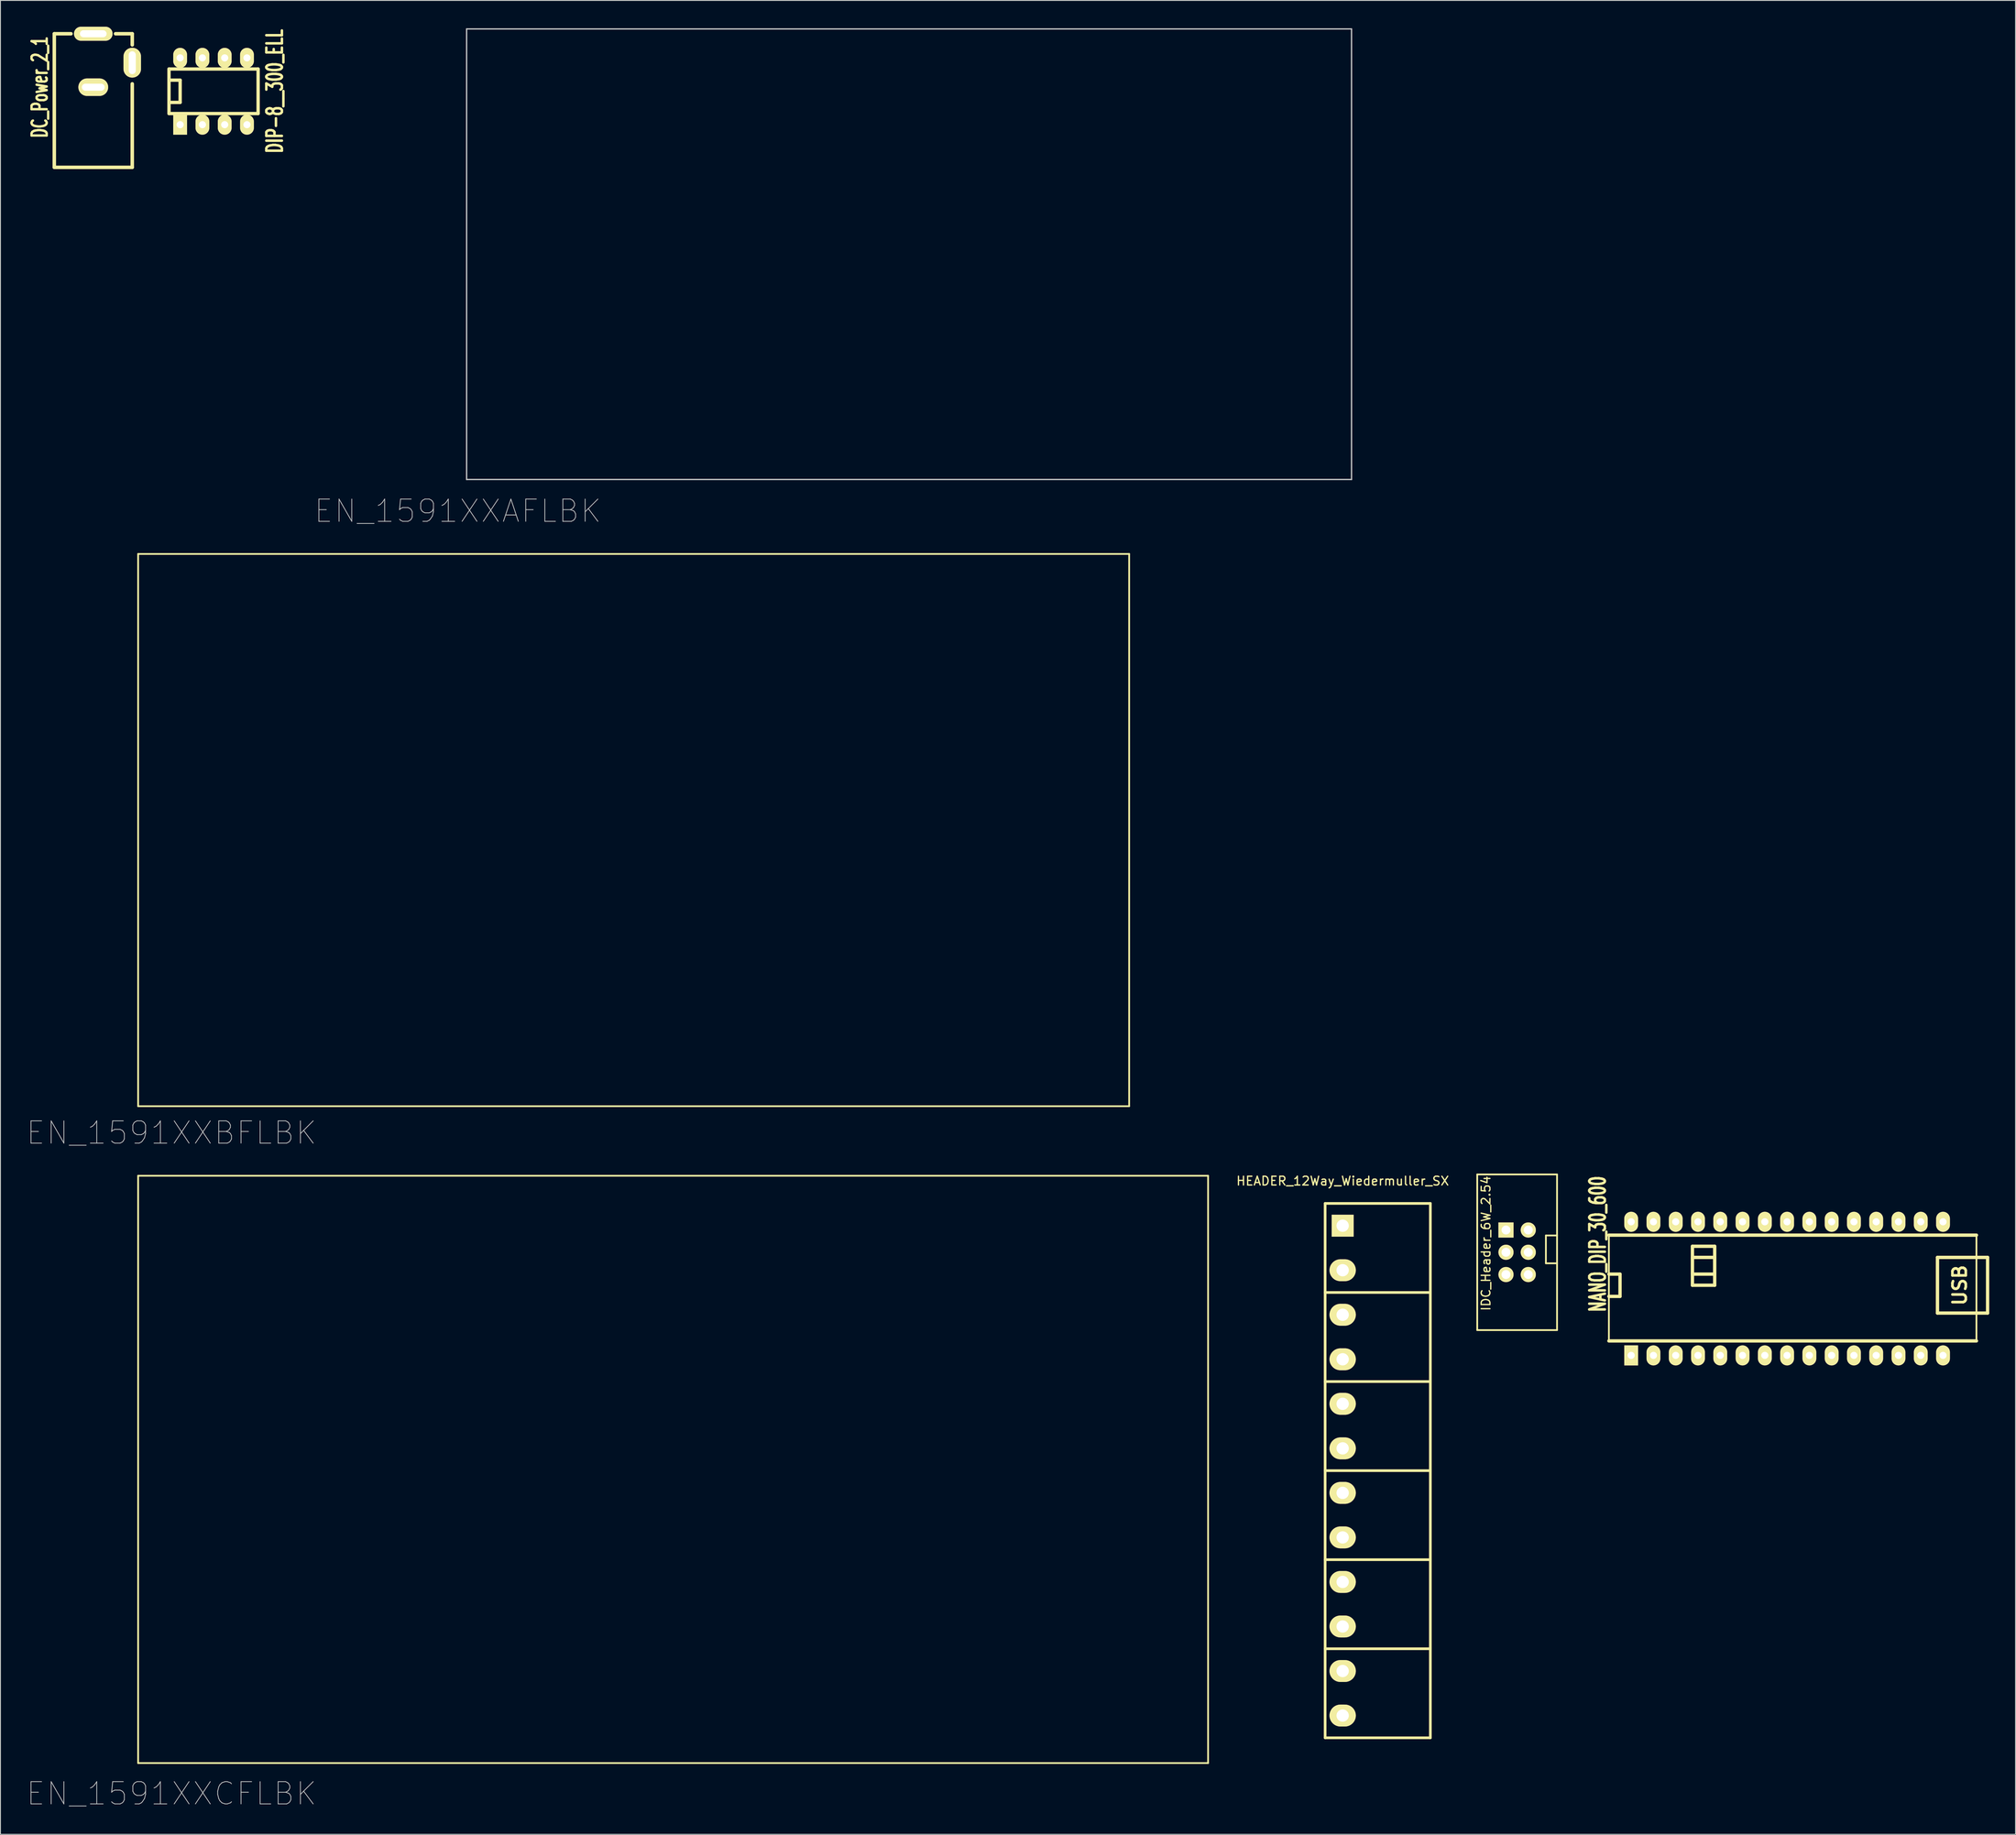
<source format=kicad_pcb>
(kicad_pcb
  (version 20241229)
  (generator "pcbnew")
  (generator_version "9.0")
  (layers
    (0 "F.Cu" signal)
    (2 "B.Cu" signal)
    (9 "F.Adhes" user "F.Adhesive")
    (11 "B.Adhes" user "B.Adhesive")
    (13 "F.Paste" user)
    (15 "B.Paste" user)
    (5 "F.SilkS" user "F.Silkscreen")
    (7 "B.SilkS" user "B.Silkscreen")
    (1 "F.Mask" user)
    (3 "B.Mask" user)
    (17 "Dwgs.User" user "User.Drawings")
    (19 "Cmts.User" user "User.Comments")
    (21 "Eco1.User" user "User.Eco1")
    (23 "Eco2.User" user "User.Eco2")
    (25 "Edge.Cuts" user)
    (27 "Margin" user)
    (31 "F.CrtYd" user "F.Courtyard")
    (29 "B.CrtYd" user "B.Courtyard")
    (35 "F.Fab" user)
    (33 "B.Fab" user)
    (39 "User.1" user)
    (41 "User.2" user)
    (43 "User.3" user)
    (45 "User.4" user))
  (footprint "DIP-8__300_ELL"
    (layer "F.Cu")
    (at 21.3 7.363)
    (property "Reference" "DIP-8__300_ELL" (at 6.985 0 90) (layer "F.SilkS") (effects (font (size 1.778 1.143) (thickness 0.286))))
    (attr through_hole)
    (fp_line (start -5.08 -2.54) (end 5.08 -2.54) (stroke (width 0.381) (type solid)) (layer "F.SilkS"))
    (fp_line (start -5.08 -1.27) (end -3.81 -1.27) (stroke (width 0.381) (type solid)) (layer "F.SilkS"))
    (fp_line (start -5.08 2.54) (end -5.08 -2.54) (stroke (width 0.381) (type solid)) (layer "F.SilkS"))
    (fp_line (start -3.81 -1.27) (end -3.81 1.27) (stroke (width 0.381) (type solid)) (layer "F.SilkS"))
    (fp_line (start -3.81 1.27) (end -5.08 1.27) (stroke (width 0.381) (type solid)) (layer "F.SilkS"))
    (fp_line (start 5.08 -2.54) (end 5.08 2.54) (stroke (width 0.381) (type solid)) (layer "F.SilkS"))
    (fp_line (start 5.08 2.54) (end -5.08 2.54) (stroke (width 0.381) (type solid)) (layer "F.SilkS"))
    (pad "1" thru_hole rect (at -3.81 3.81) (size 1.575 2.286) (drill 0.813) (layers "*.Cu" "*.Mask" "F.SilkS"))
    (pad "2" thru_hole oval (at -1.27 3.81) (size 1.575 2.286) (drill 0.813) (layers "*.Cu" "*.Mask" "F.SilkS"))
    (pad "3" thru_hole oval (at 1.27 3.81) (size 1.575 2.286) (drill 0.813) (layers "*.Cu" "*.Mask" "F.SilkS"))
    (pad "4" thru_hole oval (at 3.81 3.81) (size 1.575 2.286) (drill 0.813) (layers "*.Cu" "*.Mask" "F.SilkS"))
    (pad "5" thru_hole oval (at 3.81 -3.81) (size 1.575 2.286) (drill 0.813) (layers "*.Cu" "*.Mask" "F.SilkS"))
    (pad "6" thru_hole oval (at 1.27 -3.81) (size 1.575 2.286) (drill 0.813) (layers "*.Cu" "*.Mask" "F.SilkS"))
    (pad "7" thru_hole oval (at -1.27 -3.81) (size 1.575 2.286) (drill 0.813) (layers "*.Cu" "*.Mask" "F.SilkS"))
    (pad "8" thru_hole oval (at -3.81 -3.81) (size 1.575 2.286) (drill 0.813) (layers "*.Cu" "*.Mask" "F.SilkS")))
  (footprint "NANO_DIP_30_600"
    (layer "F.Cu")
    (at 207.07 143.947)
    (property "Reference" "NANO_DIP_30_600" (at -27.94 -5.08 90) (layer "F.SilkS") (effects (font (size 1.778 1.143) (thickness 0.305))))
    (attr through_hole)
    (fp_line (start -26.67 -1.651) (end -25.4 -1.651) (stroke (width 0.381) (type solid)) (layer "F.SilkS"))
    (fp_line (start -26.67 5.969) (end -26.67 -6.096) (stroke (width 0.2) (type solid)) (layer "F.SilkS"))
    (fp_line (start -26.67 5.969) (end 15.24 5.969) (stroke (width 0.381) (type solid)) (layer "F.SilkS"))
    (fp_line (start -25.4 -1.651) (end -25.4 0.889) (stroke (width 0.381) (type solid)) (layer "F.SilkS"))
    (fp_line (start -25.4 0.889) (end -26.67 0.889) (stroke (width 0.381) (type solid)) (layer "F.SilkS"))
    (fp_line (start -17.145 -4.826) (end -17.145 -0.381) (stroke (width 0.381) (type solid)) (layer "F.SilkS"))
    (fp_line (start -17.145 -3.556) (end -14.605 -3.556) (stroke (width 0.381) (type solid)) (layer "F.SilkS"))
    (fp_line (start -17.145 -1.651) (end -17.145 -3.556) (stroke (width 0.381) (type solid)) (layer "F.SilkS"))
    (fp_line (start -17.145 -0.381) (end -14.605 -0.381) (stroke (width 0.381) (type solid)) (layer "F.SilkS"))
    (fp_line (start -14.605 -4.826) (end -17.145 -4.826) (stroke (width 0.381) (type solid)) (layer "F.SilkS"))
    (fp_line (start -14.605 -3.556) (end -14.605 -1.651) (stroke (width 0.381) (type solid)) (layer "F.SilkS"))
    (fp_line (start -14.605 -1.651) (end -17.145 -1.651) (stroke (width 0.381) (type solid)) (layer "F.SilkS"))
    (fp_line (start -14.605 -0.381) (end -14.605 -4.826) (stroke (width 0.381) (type solid)) (layer "F.SilkS"))
    (fp_line (start 10.795 -3.556) (end 16.51 -3.556) (stroke (width 0.381) (type solid)) (layer "F.SilkS"))
    (fp_line (start 10.795 2.794) (end 10.795 -3.556) (stroke (width 0.381) (type solid)) (layer "F.SilkS"))
    (fp_line (start 15.24 -6.096) (end -26.67 -6.096) (stroke (width 0.381) (type solid)) (layer "F.SilkS"))
    (fp_line (start 15.24 5.969) (end 15.24 -6.096) (stroke (width 0.2) (type solid)) (layer "F.SilkS"))
    (fp_line (start 16.51 -3.556) (end 16.51 2.794) (stroke (width 0.381) (type solid)) (layer "F.SilkS"))
    (fp_line (start 16.51 2.794) (end 10.795 2.794) (stroke (width 0.381) (type solid)) (layer "F.SilkS"))
    (fp_text user "USB" (at 13.335 -0.381 90) (layer "F.SilkS") (effects (font (size 1.524 1.524) (thickness 0.305))))
    (pad "1" thru_hole rect (at -24.13 7.62) (size 1.575 2.286) (drill 0.813) (layers "*.Cu" "*.Mask" "F.SilkS"))
    (pad "2" thru_hole oval (at -21.59 7.62) (size 1.575 2.286) (drill 0.813) (layers "*.Cu" "*.Mask" "F.SilkS"))
    (pad "3" thru_hole oval (at -19.05 7.62) (size 1.575 2.286) (drill 0.813) (layers "*.Cu" "*.Mask" "F.SilkS"))
    (pad "4" thru_hole oval (at -16.51 7.62) (size 1.575 2.286) (drill 0.813) (layers "*.Cu" "*.Mask" "F.SilkS"))
    (pad "5" thru_hole oval (at -13.97 7.62) (size 1.575 2.286) (drill 0.813) (layers "*.Cu" "*.Mask" "F.SilkS"))
    (pad "6" thru_hole oval (at -11.43 7.62) (size 1.575 2.286) (drill 0.813) (layers "*.Cu" "*.Mask" "F.SilkS"))
    (pad "7" thru_hole oval (at -8.89 7.62) (size 1.575 2.286) (drill 0.813) (layers "*.Cu" "*.Mask" "F.SilkS"))
    (pad "8" thru_hole oval (at -6.35 7.62) (size 1.575 2.286) (drill 0.813) (layers "*.Cu" "*.Mask" "F.SilkS"))
    (pad "9" thru_hole oval (at -3.81 7.62) (size 1.575 2.286) (drill 0.813) (layers "*.Cu" "*.Mask" "F.SilkS"))
    (pad "10" thru_hole oval (at -1.27 7.62) (size 1.575 2.286) (drill 0.813) (layers "*.Cu" "*.Mask" "F.SilkS"))
    (pad "11" thru_hole oval (at 1.27 7.62) (size 1.575 2.286) (drill 0.813) (layers "*.Cu" "*.Mask" "F.SilkS"))
    (pad "12" thru_hole oval (at 3.81 7.62) (size 1.575 2.286) (drill 0.813) (layers "*.Cu" "*.Mask" "F.SilkS"))
    (pad "13" thru_hole oval (at 6.35 7.62) (size 1.575 2.286) (drill 0.813) (layers "*.Cu" "*.Mask" "F.SilkS"))
    (pad "14" thru_hole oval (at 8.89 7.62) (size 1.575 2.286) (drill 0.813) (layers "*.Cu" "*.Mask" "F.SilkS"))
    (pad "15" thru_hole oval (at 11.43 7.62) (size 1.575 2.286) (drill 0.813) (layers "*.Cu" "*.Mask" "F.SilkS"))
    (pad "16" thru_hole oval (at 11.43 -7.62) (size 1.575 2.286) (drill 0.813) (layers "*.Cu" "*.Mask" "F.SilkS"))
    (pad "17" thru_hole oval (at 8.89 -7.62) (size 1.575 2.286) (drill 0.813) (layers "*.Cu" "*.Mask" "F.SilkS"))
    (pad "18" thru_hole oval (at 6.35 -7.62) (size 1.575 2.286) (drill 0.813) (layers "*.Cu" "*.Mask" "F.SilkS"))
    (pad "19" thru_hole oval (at 3.81 -7.62) (size 1.575 2.286) (drill 0.813) (layers "*.Cu" "*.Mask" "F.SilkS"))
    (pad "20" thru_hole oval (at 1.27 -7.62) (size 1.575 2.286) (drill 0.813) (layers "*.Cu" "*.Mask" "F.SilkS"))
    (pad "21" thru_hole oval (at -1.27 -7.62) (size 1.575 2.286) (drill 0.813) (layers "*.Cu" "*.Mask" "F.SilkS"))
    (pad "22" thru_hole oval (at -3.81 -7.62) (size 1.575 2.286) (drill 0.813) (layers "*.Cu" "*.Mask" "F.SilkS"))
    (pad "23" thru_hole oval (at -6.35 -7.62) (size 1.575 2.286) (drill 0.813) (layers "*.Cu" "*.Mask" "F.SilkS"))
    (pad "24" thru_hole oval (at -8.89 -7.62) (size 1.575 2.286) (drill 0.813) (layers "*.Cu" "*.Mask" "F.SilkS"))
    (pad "25" thru_hole oval (at -11.43 -7.62) (size 1.575 2.286) (drill 0.813) (layers "*.Cu" "*.Mask" "F.SilkS"))
    (pad "26" thru_hole oval (at -13.97 -7.62) (size 1.575 2.286) (drill 0.813) (layers "*.Cu" "*.Mask" "F.SilkS"))
    (pad "27" thru_hole oval (at -16.51 -7.62) (size 1.575 2.286) (drill 0.813) (layers "*.Cu" "*.Mask" "F.SilkS"))
    (pad "28" thru_hole oval (at -19.05 -7.62) (size 1.575 2.286) (drill 0.813) (layers "*.Cu" "*.Mask" "F.SilkS"))
    (pad "29" thru_hole oval (at -21.59 -7.62) (size 1.575 2.286) (drill 0.813) (layers "*.Cu" "*.Mask" "F.SilkS"))
    (pad "30" thru_hole oval (at -24.13 -7.62) (size 1.575 2.286) (drill 0.813) (layers "*.Cu" "*.Mask" "F.SilkS")))
  (footprint "IDC_Header_6W_2.54"
    (layer "F.Cu")
    (at 169.938 139.804)
    (property "Reference" "IDC_Header_6W_2.54" (at -3.556 -1.016 90) (layer "F.SilkS") (effects (font (size 1 1) (thickness 0.15))))
    (attr through_hole)
    (fp_line (start -4.55 -8.88) (end -4.55 8.88) (stroke (width 0.2) (type solid)) (layer "F.SilkS"))
    (fp_line (start -4.55 8.88) (end 4.55 8.88) (stroke (width 0.2) (type solid)) (layer "F.SilkS"))
    (fp_line (start 3.28 -1.915) (end 3.28 1.26) (stroke (width 0.2) (type solid)) (layer "F.SilkS"))
    (fp_line (start 3.28 1.26) (end 4.55 1.26) (stroke (width 0.2) (type solid)) (layer "F.SilkS"))
    (fp_line (start 4.55 -8.88) (end -4.55 -8.88) (stroke (width 0.2) (type solid)) (layer "F.SilkS"))
    (fp_line (start 4.55 -1.915) (end 3.28 -1.915) (stroke (width 0.2) (type solid)) (layer "F.SilkS"))
    (fp_line (start 4.55 8.88) (end 4.55 -8.88) (stroke (width 0.2) (type solid)) (layer "F.SilkS"))
    (pad "1" thru_hole rect (at -1.27 -2.54) (size 1.727 1.727) (drill 1.016) (layers "*.Cu" "*.Mask" "F.SilkS"))
    (pad "2" thru_hole oval (at 1.27 -2.54) (size 1.727 1.727) (drill 1.016) (layers "*.Cu" "*.Mask" "F.SilkS"))
    (pad "3" thru_hole oval (at -1.27 0) (size 1.727 1.727) (drill 1.016) (layers "*.Cu" "*.Mask" "F.SilkS"))
    (pad "4" thru_hole oval (at 1.27 0) (size 1.727 1.727) (drill 1.016) (layers "*.Cu" "*.Mask" "F.SilkS"))
    (pad "5" thru_hole oval (at -1.27 2.54) (size 1.727 1.727) (drill 1.016) (layers "*.Cu" "*.Mask" "F.SilkS"))
    (pad "6" thru_hole oval (at 1.27 2.54) (size 1.727 1.727) (drill 1.016) (layers "*.Cu" "*.Mask" "F.SilkS")))
  (footprint "EN_1591XXBFLBK"
    (layer "F.Cu")
    (at 12.7 60.142)
    (property "Reference" "EN_1591XXBFLBK" (at 3.81 66.04 180) (layer "Dwgs.User") (effects (font (size 2.54 2.54) (thickness 0.089))))
    (attr exclude_from_pos_files exclude_from_bom)
    (fp_line (start 0 0) (end 113 0) (stroke (width 0.2) (type solid)) (layer "F.SilkS"))
    (fp_line (start 0 63) (end 0 0) (stroke (width 0.2) (type solid)) (layer "F.SilkS"))
    (fp_line (start 113 0) (end 113 63) (stroke (width 0.2) (type solid)) (layer "F.SilkS"))
    (fp_line (start 113 63) (end 0 63) (stroke (width 0.2) (type solid)) (layer "F.SilkS")))
  (footprint "DC_Power_2_1"
    (layer "F.Cu")
    (at 7.585 0.8)
    (property "Reference" "DC_Power_2_1" (at -6.096 6.096 90) (layer "F.SilkS") (effects (font (size 1.73 1.087) (thickness 0.272))))
    (attr through_hole)
    (fp_line (start -4.445 0) (end -2.54 0) (stroke (width 0.15) (type solid)) (layer "F.SilkS"))
    (fp_line (start -4.445 0) (end -2.54 0) (stroke (width 0.4) (type solid)) (layer "F.SilkS"))
    (fp_line (start -4.445 15.24) (end -4.445 0) (stroke (width 0.15) (type solid)) (layer "F.SilkS"))
    (fp_line (start -4.445 15.24) (end -4.445 0) (stroke (width 0.4) (type solid)) (layer "F.SilkS"))
    (fp_line (start 2.54 0) (end 4.445 0) (stroke (width 0.15) (type solid)) (layer "F.SilkS"))
    (fp_line (start 2.54 0) (end 4.445 0) (stroke (width 0.4) (type solid)) (layer "F.SilkS"))
    (fp_line (start 4.445 0) (end 4.445 1.27) (stroke (width 0.15) (type solid)) (layer "F.SilkS"))
    (fp_line (start 4.445 0) (end 4.445 1.27) (stroke (width 0.4) (type solid)) (layer "F.SilkS"))
    (fp_line (start 4.445 5.715) (end 4.445 15.24) (stroke (width 0.15) (type solid)) (layer "F.SilkS"))
    (fp_line (start 4.445 5.715) (end 4.445 15.24) (stroke (width 0.4) (type solid)) (layer "F.SilkS"))
    (fp_line (start 4.445 15.24) (end -4.445 15.24) (stroke (width 0.15) (type solid)) (layer "F.SilkS"))
    (fp_line (start 4.445 15.24) (end -4.445 15.24) (stroke (width 0.4) (type solid)) (layer "F.SilkS"))
    (pad "1" thru_hole oval (at 0 6.096) (size 3.401 1.999) (drill oval 2.601 0.8) (layers "*.Cu" "*.Mask" "F.SilkS"))
    (pad "2" thru_hole oval (at 0 0) (size 4.399 1.6) (drill oval 3.04 0.8) (layers "*.Cu" "*.Mask" "F.SilkS"))
    (pad "3" thru_hole oval (at 4.445 3.302) (size 1.999 3.401) (drill oval 0.8 2.601) (layers "*.Cu" "*.Mask" "F.SilkS")))
  (footprint "EN_1591XXCFLBK"
    (layer "F.Cu")
    (at 12.7 131.074)
    (property "Reference" "EN_1591XXCFLBK" (at 3.81 70.485 180) (layer "Dwgs.User") (effects (font (size 2.54 2.54) (thickness 0.089))))
    (attr exclude_from_pos_files exclude_from_bom)
    (fp_line (start 0 0) (end 122 0) (stroke (width 0.2) (type solid)) (layer "F.SilkS"))
    (fp_line (start 0 67) (end 0 0) (stroke (width 0.2) (type solid)) (layer "F.SilkS"))
    (fp_line (start 122 0) (end 122 67) (stroke (width 0.2) (type solid)) (layer "F.SilkS"))
    (fp_line (start 122 67) (end 0 67) (stroke (width 0.2) (type solid)) (layer "F.SilkS")))
  (footprint "EN_1591XXAFLBK"
    (layer "F.Cu")
    (at 50.155 0.25)
    (property "Reference" "EN_1591XXAFLBK" (at -1 55 180) (layer "Dwgs.User") (effects (font (size 2.54 2.54) (thickness 0.089))))
    (attr exclude_from_pos_files exclude_from_bom)
    (fp_line (start 0 0) (end 100.9 0) (stroke (width 0.15) (type solid)) (layer "Dwgs.User"))
    (fp_line (start 0 51.4) (end 0 0) (stroke (width 0.15) (type solid)) (layer "Dwgs.User"))
    (fp_line (start 100.9 0) (end 100.9 51.4) (stroke (width 0.15) (type solid)) (layer "Dwgs.User"))
    (fp_line (start 100.9 51.4) (end 0 51.4) (stroke (width 0.15) (type solid)) (layer "Dwgs.User")))
  (footprint "HEADER_12Way_Wiedermuller_SX"
    (layer "F.Cu")
    (at 150.044 136.772)
    (property "Reference" "HEADER_12Way_Wiedermuller_SX" (at 0 -5.1 0) (layer "F.SilkS") (effects (font (size 1 1) (thickness 0.15))))
    (attr through_hole)
    (fp_line (start -2 -2.54) (end 10 -2.54) (stroke (width 0.305) (type solid)) (layer "F.SilkS"))
    (fp_line (start -2 58.42) (end -2 -2.54) (stroke (width 0.305) (type solid)) (layer "F.SilkS"))
    (fp_line (start 10 -2.54) (end 10 58.42) (stroke (width 0.305) (type solid)) (layer "F.SilkS"))
    (fp_line (start 10 7.62) (end -2 7.62) (stroke (width 0.305) (type solid)) (layer "F.SilkS"))
    (fp_line (start 10 17.78) (end -2 17.78) (stroke (width 0.305) (type solid)) (layer "F.SilkS"))
    (fp_line (start 10 27.94) (end -2 27.94) (stroke (width 0.305) (type solid)) (layer "F.SilkS"))
    (fp_line (start 10 38.1) (end -2 38.1) (stroke (width 0.305) (type solid)) (layer "F.SilkS"))
    (fp_line (start 10 48.26) (end -2 48.26) (stroke (width 0.305) (type solid)) (layer "F.SilkS"))
    (fp_line (start 10 58.42) (end -2 58.42) (stroke (width 0.305) (type solid)) (layer "F.SilkS"))
    (pad "1" thru_hole rect (at 0 0) (size 2.5 2.5) (drill 1.4) (layers "*.Cu" "*.Mask" "F.SilkS"))
    (pad "2" thru_hole oval (at 0 5.08) (size 3 2.5) (drill 1.4) (layers "*.Cu" "*.Mask" "F.SilkS"))
    (pad "3" thru_hole oval (at 0 10.16) (size 3 2.5) (drill 1.4) (layers "*.Cu" "*.Mask" "F.SilkS"))
    (pad "4" thru_hole oval (at 0 15.24) (size 3 2.5) (drill 1.4) (layers "*.Cu" "*.Mask" "F.SilkS"))
    (pad "5" thru_hole oval (at 0 20.32) (size 3 2.5) (drill 1.4) (layers "*.Cu" "*.Mask" "F.SilkS"))
    (pad "6" thru_hole oval (at 0 25.4) (size 3 2.5) (drill 1.4) (layers "*.Cu" "*.Mask" "F.SilkS"))
    (pad "7" thru_hole oval (at 0 30.48) (size 3 2.5) (drill 1.4) (layers "*.Cu" "*.Mask" "F.SilkS"))
    (pad "8" thru_hole oval (at 0 35.56) (size 3 2.5) (drill 1.4) (layers "*.Cu" "*.Mask" "F.SilkS"))
    (pad "9" thru_hole oval (at 0 40.64) (size 3 2.5) (drill 1.4) (layers "*.Cu" "*.Mask" "F.SilkS"))
    (pad "10" thru_hole oval (at 0 45.72) (size 3 2.5) (drill 1.4) (layers "*.Cu" "*.Mask" "F.SilkS"))
    (pad "11" thru_hole oval (at 0 50.8) (size 3 2.5) (drill 1.4) (layers "*.Cu" "*.Mask" "F.SilkS"))
    (pad "12" thru_hole oval (at 0 55.88) (size 3 2.5) (drill 1.4) (layers "*.Cu" "*.Mask" "F.SilkS")))
  (gr_rect
    (start -3 -3)
    (end 226.77 206.201)
    (stroke (width 0.1) (type default))
    (fill no)
    (layer "Edge.Cuts")))
</source>
